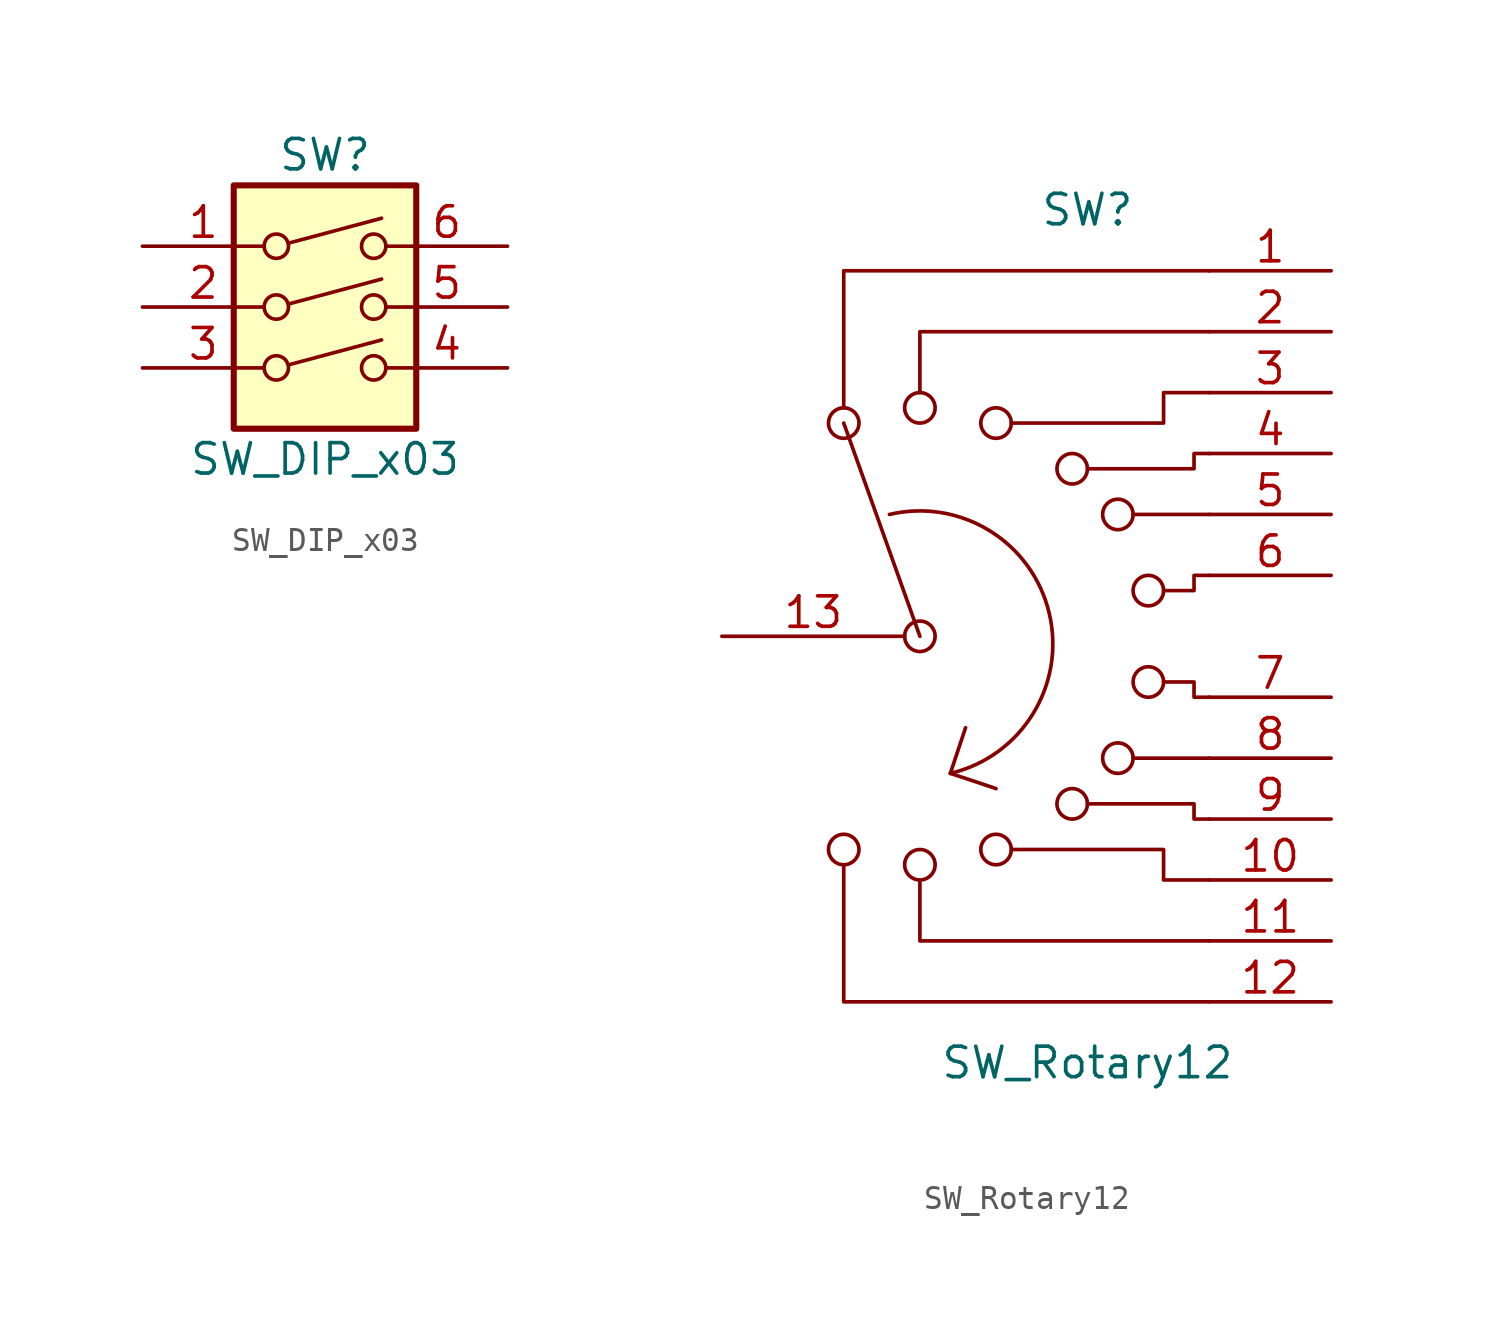
<source format=kicad_sym>
(kicad_symbol_lib
  (version 20211014)
  (generator kicad_symbol_editor)
  (symbol "SW_DIP_x03"
    (pin_names
      (offset 0) hide)
    (property "Reference" "SW"
      (at 0 8.89 0)
      (effects (font (size 1.27 1.27))))
    (property "Value" "SW_DIP_x03"
      (at 0 -3.81 0)
      (effects (font (size 1.27 1.27))))
    (symbol "SW_DIP_x03_0_0"
      (circle (center -2.032 0) (radius 0.508) (stroke (width 0) (type default) (color 0 0 0 0)) (fill (type none)))
      (circle (center -2.032 2.54) (radius 0.508) (stroke (width 0) (type default) (color 0 0 0 0)) (fill (type none)))
      (circle (center -2.032 5.08) (radius 0.508) (stroke (width 0) (type default) (color 0 0 0 0)) (fill (type none)))
      (polyline (pts (xy -1.524 0.127) (xy 2.362 1.168)) (stroke (width 0) (type default) (color 0 0 0 0)) (fill (type none)))
      (polyline (pts (xy -1.524 2.667) (xy 2.362 3.708)) (stroke (width 0) (type default) (color 0 0 0 0)) (fill (type none)))
      (polyline (pts (xy -1.524 5.207) (xy 2.362 6.248)) (stroke (width 0) (type default) (color 0 0 0 0)) (fill (type none)))
      (circle (center 2.032 0) (radius 0.508) (stroke (width 0) (type default) (color 0 0 0 0)) (fill (type none)))
      (circle (center 2.032 2.54) (radius 0.508) (stroke (width 0) (type default) (color 0 0 0 0)) (fill (type none)))
      (circle (center 2.032 5.08) (radius 0.508) (stroke (width 0) (type default) (color 0 0 0 0)) (fill (type none))))
    (symbol "SW_DIP_x03_0_1"
      (rectangle (start -3.81 7.62) (end 3.81 -2.54) (stroke (width 0.254) (type default) (color 0 0 0 0)) (fill (type background))))
    (symbol "SW_DIP_x03_1_1"
      (pin passive line (at -7.62 5.08 0) (length 5.08) (name "~" (effects (font (size 1.27 1.27)))) (number "1" (effects (font (size 1.27 1.27)))))
      (pin passive line (at -7.62 2.54 0) (length 5.08) (name "~" (effects (font (size 1.27 1.27)))) (number "2" (effects (font (size 1.27 1.27)))))
      (pin passive line (at -7.62 0 0) (length 5.08) (name "~" (effects (font (size 1.27 1.27)))) (number "3" (effects (font (size 1.27 1.27)))))
      (pin passive line (at 7.62 0 180) (length 5.08) (name "~" (effects (font (size 1.27 1.27)))) (number "4" (effects (font (size 1.27 1.27)))))
      (pin passive line (at 7.62 2.54 180) (length 5.08) (name "~" (effects (font (size 1.27 1.27)))) (number "5" (effects (font (size 1.27 1.27)))))
      (pin passive line (at 7.62 5.08 180) (length 5.08) (name "~" (effects (font (size 1.27 1.27)))) (number "6" (effects (font (size 1.27 1.27)))))))
  (symbol "SW_Rotary12"
    (pin_names
      (offset 1.016) hide)
    (property "Reference" "SW"
      (at 0 17.78 0)
      (effects (font (size 1.27 1.27))))
    (property "Value" "SW_Rotary12"
      (at 0 -17.78 0)
      (effects (font (size 1.27 1.27))))
    (symbol "SW_Rotary12_0_0"
      (circle (center -10.16 -8.89) (radius 0.635) (stroke (width 0) (type default) (color 0 0 0 0)) (fill (type none)))
      (circle (center -10.16 8.89) (radius 0.635) (stroke (width 0) (type default) (color 0 0 0 0)) (fill (type none)))
      (circle (center -6.985 -9.525) (radius 0.635) (stroke (width 0) (type default) (color 0 0 0 0)) (fill (type none)))
      (circle (center -6.985 0) (radius 0.635) (stroke (width 0) (type default) (color 0 0 0 0)) (fill (type none)))
      (circle (center -6.985 9.525) (radius 0.635) (stroke (width 0) (type default) (color 0 0 0 0)) (fill (type none)))
      (arc (start -5.715 -5.715) (mid -1.6023 0.949) (end -8.255 5.08) (stroke (width 0) (type default) (color 0 0 0 0)) (fill (type none)))
      (circle (center -3.81 -8.89) (radius 0.635) (stroke (width 0) (type default) (color 0 0 0 0)) (fill (type none)))
      (circle (center -3.81 8.89) (radius 0.635) (stroke (width 0) (type default) (color 0 0 0 0)) (fill (type none)))
      (circle (center -0.635 -6.985) (radius 0.635) (stroke (width 0) (type default) (color 0 0 0 0)) (fill (type none)))
      (circle (center -0.635 6.985) (radius 0.635) (stroke (width 0) (type default) (color 0 0 0 0)) (fill (type none)))
      (polyline (pts (xy -6.985 0) (xy -10.16 8.89)) (stroke (width 0) (type default) (color 0 0 0 0)) (fill (type none)))
      (polyline (pts (xy -5.715 -5.715) (xy -5.08 -3.81)) (stroke (width 0) (type default) (color 0 0 0 0)) (fill (type none)))
      (polyline (pts (xy -5.715 -5.715) (xy -3.81 -6.35)) (stroke (width 0) (type default) (color 0 0 0 0)) (fill (type none)))
      (polyline (pts (xy 1.905 -5.08) (xy 5.08 -5.08)) (stroke (width 0) (type default) (color 0 0 0 0)) (fill (type none)))
      (polyline (pts (xy 1.905 5.08) (xy 5.08 5.08)) (stroke (width 0) (type default) (color 0 0 0 0)) (fill (type none)))
      (polyline (pts (xy -10.16 -9.525) (xy -10.16 -15.24) (xy 5.08 -15.24)) (stroke (width 0) (type default) (color 0 0 0 0)) (fill (type none)))
      (polyline (pts (xy -10.16 9.525) (xy -10.16 15.24) (xy 5.08 15.24)) (stroke (width 0) (type default) (color 0 0 0 0)) (fill (type none)))
      (polyline (pts (xy -6.985 -10.16) (xy -6.985 -12.7) (xy 5.08 -12.7)) (stroke (width 0) (type default) (color 0 0 0 0)) (fill (type none)))
      (polyline (pts (xy -6.985 10.16) (xy -6.985 12.7) (xy 5.08 12.7)) (stroke (width 0) (type default) (color 0 0 0 0)) (fill (type none)))
      (polyline (pts (xy -3.175 -8.89) (xy 3.175 -8.89) (xy 3.175 -10.16) (xy 5.08 -10.16)) (stroke (width 0) (type default) (color 0 0 0 0)) (fill (type none)))
      (polyline (pts (xy -3.175 8.89) (xy 3.175 8.89) (xy 3.175 10.16) (xy 5.08 10.16)) (stroke (width 0) (type default) (color 0 0 0 0)) (fill (type none)))
      (polyline (pts (xy 0 -6.985) (xy 4.445 -6.985) (xy 4.445 -7.62) (xy 5.08 -7.62)) (stroke (width 0) (type default) (color 0 0 0 0)) (fill (type none)))
      (polyline (pts (xy 0 6.985) (xy 4.445 6.985) (xy 4.445 7.62) (xy 5.08 7.62)) (stroke (width 0) (type default) (color 0 0 0 0)) (fill (type none)))
      (polyline (pts (xy 3.175 -1.905) (xy 4.445 -1.905) (xy 4.445 -2.54) (xy 5.08 -2.54)) (stroke (width 0) (type default) (color 0 0 0 0)) (fill (type none)))
      (polyline (pts (xy 3.175 1.905) (xy 4.445 1.905) (xy 4.445 2.54) (xy 5.08 2.54)) (stroke (width 0) (type default) (color 0 0 0 0)) (fill (type none)))
      (circle (center 1.27 -5.08) (radius 0.635) (stroke (width 0) (type default) (color 0 0 0 0)) (fill (type none)))
      (circle (center 1.27 5.08) (radius 0.635) (stroke (width 0) (type default) (color 0 0 0 0)) (fill (type none)))
      (circle (center 2.54 -1.905) (radius 0.635) (stroke (width 0) (type default) (color 0 0 0 0)) (fill (type none)))
      (circle (center 2.54 1.905) (radius 0.635) (stroke (width 0) (type default) (color 0 0 0 0)) (fill (type none))))
    (symbol "SW_Rotary12_0_1"
      (pin passive line (at 10.16 15.24 180) (length 5.08) (name "1" (effects (font (size 1.27 1.27)))) (number "1" (effects (font (size 1.27 1.27)))))
      (pin passive line (at 10.16 -10.16 180) (length 5.08) (name "10" (effects (font (size 1.27 1.27)))) (number "10" (effects (font (size 1.27 1.27)))))
      (pin passive line (at 10.16 -12.7 180) (length 5.08) (name "11" (effects (font (size 1.27 1.27)))) (number "11" (effects (font (size 1.27 1.27)))))
      (pin passive line (at 10.16 -15.24 180) (length 5.08) (name "12" (effects (font (size 1.27 1.27)))) (number "12" (effects (font (size 1.27 1.27)))))
      (pin passive line (at -15.24 0 0) (length 7.62) (name "13" (effects (font (size 1.27 1.27)))) (number "13" (effects (font (size 1.27 1.27)))))
      (pin passive line (at 10.16 12.7 180) (length 5.08) (name "2" (effects (font (size 1.27 1.27)))) (number "2" (effects (font (size 1.27 1.27)))))
      (pin passive line (at 10.16 10.16 180) (length 5.08) (name "3" (effects (font (size 1.27 1.27)))) (number "3" (effects (font (size 1.27 1.27)))))
      (pin passive line (at 10.16 7.62 180) (length 5.08) (name "4" (effects (font (size 1.27 1.27)))) (number "4" (effects (font (size 1.27 1.27)))))
      (pin passive line (at 10.16 5.08 180) (length 5.08) (name "5" (effects (font (size 1.27 1.27)))) (number "5" (effects (font (size 1.27 1.27)))))
      (pin passive line (at 10.16 2.54 180) (length 5.08) (name "6" (effects (font (size 1.27 1.27)))) (number "6" (effects (font (size 1.27 1.27)))))
      (pin passive line (at 10.16 -2.54 180) (length 5.08) (name "7" (effects (font (size 1.27 1.27)))) (number "7" (effects (font (size 1.27 1.27)))))
      (pin passive line (at 10.16 -5.08 180) (length 5.08) (name "8" (effects (font (size 1.27 1.27)))) (number "8" (effects (font (size 1.27 1.27)))))
      (pin passive line (at 10.16 -7.62 180) (length 5.08) (name "9" (effects (font (size 1.27 1.27)))) (number "9" (effects (font (size 1.27 1.27))))))))
</source>
